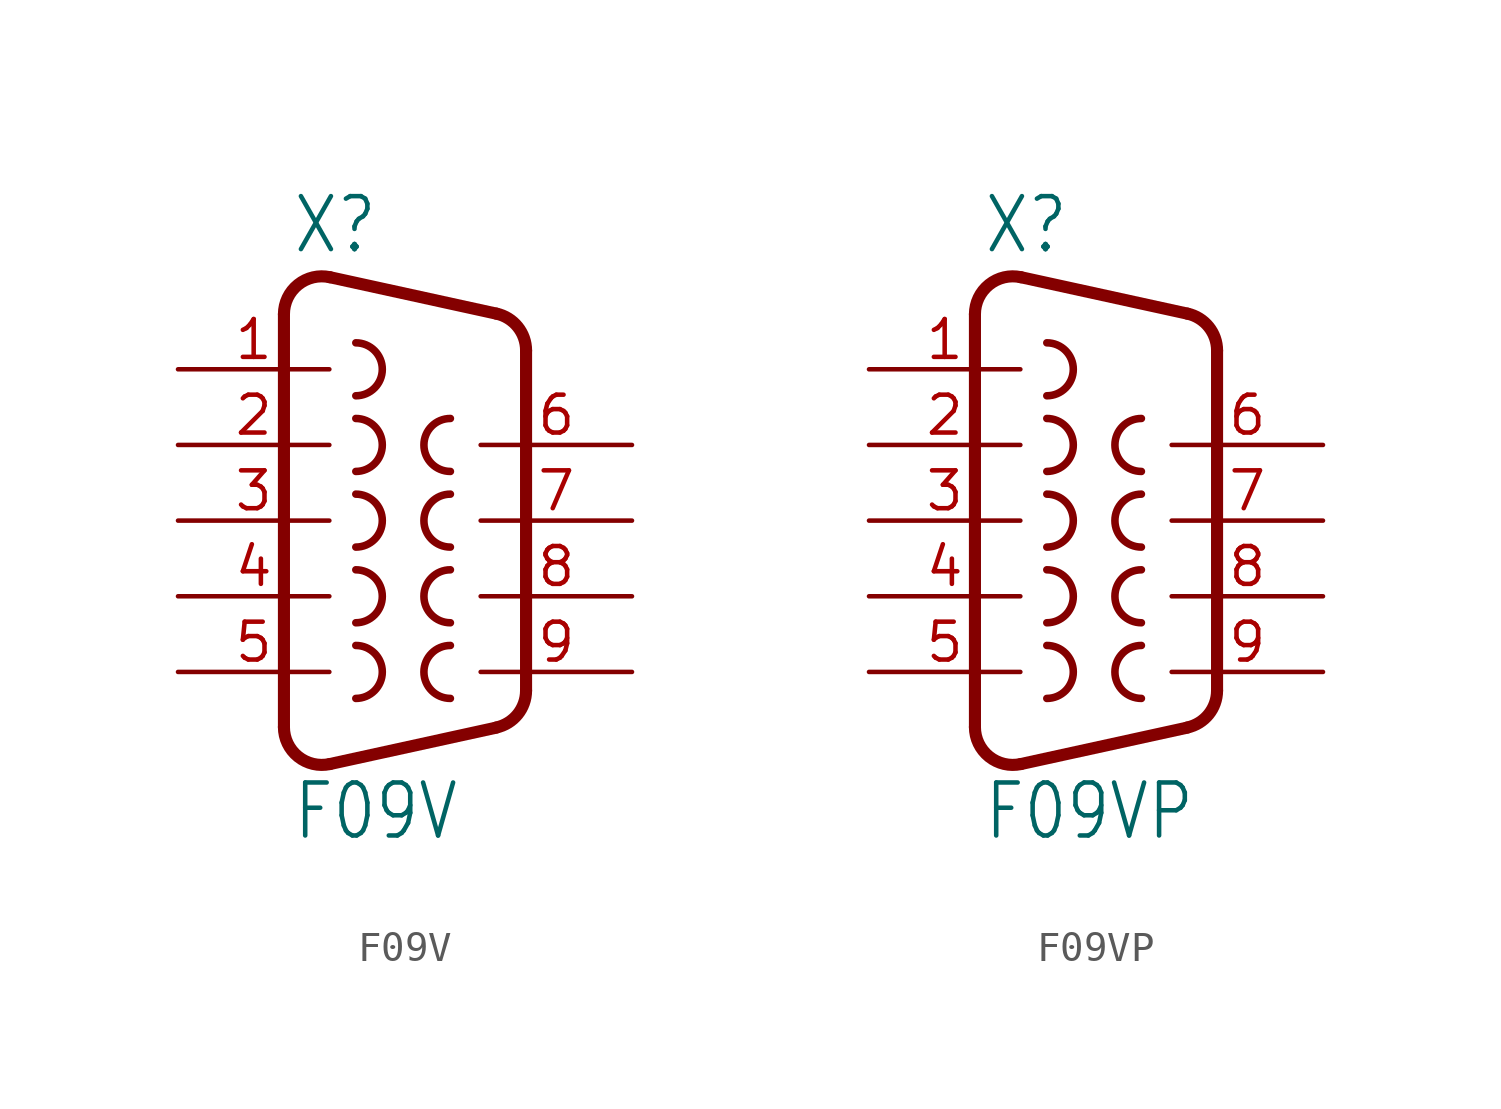
<source format=kicad_sym>
(kicad_symbol_lib
  (version 20211014)
  (generator kicad_symbol_editor)
  (symbol "F09V"
    (property "Reference" "X"
      (at -3.81 8.89 0)
      (effects (font (size 1.778 1.511)) (justify left bottom)))
    (property "Value" "F09V"
      (at -3.81 -10.795 0)
      (effects (font (size 1.778 1.511)) (justify left bottom)))
    (property "ki_locked" ""
      (at 0 0 0)
      (effects (font (size 1.27 1.27))))
    (symbol "F09V_1_0"
      (arc (start -4.064 -6.9312) (mid -3.5903 -7.9205) (end -2.5226 -8.1719) (stroke (width 0.4064) (type default) (color 0 0 0 0)) (fill (type none)))
      (arc (start -2.5226 8.172) (mid -3.5903 7.9205) (end -4.064 6.9312) (stroke (width 0.4064) (type default) (color 0 0 0 0)) (fill (type none)))
      (arc (start -1.651 -5.969) (mid -0.762 -5.08) (end -1.651 -4.191) (stroke (width 0.254) (type default) (color 0 0 0 0)) (fill (type none)))
      (arc (start -1.651 -3.429) (mid -0.762 -2.54) (end -1.651 -1.651) (stroke (width 0.254) (type default) (color 0 0 0 0)) (fill (type none)))
      (arc (start -1.651 -0.889) (mid -0.762 0) (end -1.651 0.889) (stroke (width 0.254) (type default) (color 0 0 0 0)) (fill (type none)))
      (arc (start -1.651 1.651) (mid -0.762 2.54) (end -1.651 3.429) (stroke (width 0.254) (type default) (color 0 0 0 0)) (fill (type none)))
      (arc (start -1.651 4.191) (mid -0.762 5.08) (end -1.651 5.969) (stroke (width 0.254) (type default) (color 0 0 0 0)) (fill (type none)))
      (polyline (pts (xy -4.064 -6.931) (xy -4.064 6.931)) (stroke (width 0.406) (type default) (color 0 0 0 0)) (fill (type none)))
      (polyline (pts (xy -2.523 -8.172) (xy 3.065 -6.949)) (stroke (width 0.406) (type default) (color 0 0 0 0)) (fill (type none)))
      (polyline (pts (xy -2.523 8.172) (xy 3.065 6.949)) (stroke (width 0.406) (type default) (color 0 0 0 0)) (fill (type none)))
      (polyline (pts (xy 4.064 -5.709) (xy 4.064 5.709)) (stroke (width 0.406) (type default) (color 0 0 0 0)) (fill (type none)))
      (arc (start 1.524 -4.191) (mid 0.635 -5.08) (end 1.524 -5.969) (stroke (width 0.254) (type default) (color 0 0 0 0)) (fill (type none)))
      (arc (start 1.524 -1.651) (mid 0.635 -2.54) (end 1.524 -3.429) (stroke (width 0.254) (type default) (color 0 0 0 0)) (fill (type none)))
      (arc (start 1.524 0.889) (mid 0.635 0) (end 1.524 -0.889) (stroke (width 0.254) (type default) (color 0 0 0 0)) (fill (type none)))
      (arc (start 1.524 3.429) (mid 0.635 2.54) (end 1.524 1.651) (stroke (width 0.254) (type default) (color 0 0 0 0)) (fill (type none)))
      (arc (start 3.0654 -6.9494) (mid 3.7833 -6.5051) (end 4.064 -5.7088) (stroke (width 0.4064) (type default) (color 0 0 0 0)) (fill (type none)))
      (arc (start 4.0642 5.7088) (mid 3.7836 6.5053) (end 3.0654 6.9495) (stroke (width 0.4064) (type default) (color 0 0 0 0)) (fill (type none)))
      (pin passive line (at -7.62 5.08 0) (length 5.08) (name "1" (effects (font (size 0 0)))) (number "1" (effects (font (size 1.27 1.27)))))
      (pin passive line (at -7.62 2.54 0) (length 5.08) (name "2" (effects (font (size 0 0)))) (number "2" (effects (font (size 1.27 1.27)))))
      (pin passive line (at -7.62 0 0) (length 5.08) (name "3" (effects (font (size 0 0)))) (number "3" (effects (font (size 1.27 1.27)))))
      (pin passive line (at -7.62 -2.54 0) (length 5.08) (name "4" (effects (font (size 0 0)))) (number "4" (effects (font (size 1.27 1.27)))))
      (pin passive line (at -7.62 -5.08 0) (length 5.08) (name "5" (effects (font (size 0 0)))) (number "5" (effects (font (size 1.27 1.27)))))
      (pin passive line (at 7.62 2.54 180) (length 5.08) (name "6" (effects (font (size 0 0)))) (number "6" (effects (font (size 1.27 1.27)))))
      (pin passive line (at 7.62 0 180) (length 5.08) (name "7" (effects (font (size 0 0)))) (number "7" (effects (font (size 1.27 1.27)))))
      (pin passive line (at 7.62 -2.54 180) (length 5.08) (name "8" (effects (font (size 0 0)))) (number "8" (effects (font (size 1.27 1.27)))))
      (pin passive line (at 7.62 -5.08 180) (length 5.08) (name "9" (effects (font (size 0 0)))) (number "9" (effects (font (size 1.27 1.27)))))))
  (symbol "F09VP"
    (property "Reference" "X"
      (at -3.81 8.89 0)
      (effects (font (size 1.778 1.511)) (justify left bottom)))
    (property "Value" "F09VP"
      (at -3.81 -10.795 0)
      (effects (font (size 1.778 1.511)) (justify left bottom)))
    (property "ki_locked" ""
      (at 0 0 0)
      (effects (font (size 1.27 1.27))))
    (symbol "F09VP_1_0"
      (arc (start -4.064 -6.9312) (mid -3.5903 -7.9205) (end -2.5226 -8.1719) (stroke (width 0.4064) (type default) (color 0 0 0 0)) (fill (type none)))
      (arc (start -2.5226 8.172) (mid -3.5903 7.9205) (end -4.064 6.9312) (stroke (width 0.4064) (type default) (color 0 0 0 0)) (fill (type none)))
      (arc (start -1.651 -5.969) (mid -0.762 -5.08) (end -1.651 -4.191) (stroke (width 0.254) (type default) (color 0 0 0 0)) (fill (type none)))
      (arc (start -1.651 -3.429) (mid -0.762 -2.54) (end -1.651 -1.651) (stroke (width 0.254) (type default) (color 0 0 0 0)) (fill (type none)))
      (arc (start -1.651 -0.889) (mid -0.762 0) (end -1.651 0.889) (stroke (width 0.254) (type default) (color 0 0 0 0)) (fill (type none)))
      (arc (start -1.651 1.651) (mid -0.762 2.54) (end -1.651 3.429) (stroke (width 0.254) (type default) (color 0 0 0 0)) (fill (type none)))
      (arc (start -1.651 4.191) (mid -0.762 5.08) (end -1.651 5.969) (stroke (width 0.254) (type default) (color 0 0 0 0)) (fill (type none)))
      (polyline (pts (xy -4.064 -6.931) (xy -4.064 6.931)) (stroke (width 0.406) (type default) (color 0 0 0 0)) (fill (type none)))
      (polyline (pts (xy -2.523 -8.172) (xy 3.065 -6.949)) (stroke (width 0.406) (type default) (color 0 0 0 0)) (fill (type none)))
      (polyline (pts (xy -2.523 8.172) (xy 3.065 6.949)) (stroke (width 0.406) (type default) (color 0 0 0 0)) (fill (type none)))
      (polyline (pts (xy 4.064 -5.709) (xy 4.064 5.709)) (stroke (width 0.406) (type default) (color 0 0 0 0)) (fill (type none)))
      (arc (start 1.524 -4.191) (mid 0.635 -5.08) (end 1.524 -5.969) (stroke (width 0.254) (type default) (color 0 0 0 0)) (fill (type none)))
      (arc (start 1.524 -1.651) (mid 0.635 -2.54) (end 1.524 -3.429) (stroke (width 0.254) (type default) (color 0 0 0 0)) (fill (type none)))
      (arc (start 1.524 0.889) (mid 0.635 0) (end 1.524 -0.889) (stroke (width 0.254) (type default) (color 0 0 0 0)) (fill (type none)))
      (arc (start 1.524 3.429) (mid 0.635 2.54) (end 1.524 1.651) (stroke (width 0.254) (type default) (color 0 0 0 0)) (fill (type none)))
      (arc (start 3.0654 -6.9494) (mid 3.7833 -6.5051) (end 4.064 -5.7088) (stroke (width 0.4064) (type default) (color 0 0 0 0)) (fill (type none)))
      (arc (start 4.0642 5.7088) (mid 3.7836 6.5053) (end 3.0654 6.9495) (stroke (width 0.4064) (type default) (color 0 0 0 0)) (fill (type none)))
      (pin passive line (at -7.62 5.08 0) (length 5.08) (name "1" (effects (font (size 0 0)))) (number "1" (effects (font (size 1.27 1.27)))))
      (pin passive line (at -7.62 2.54 0) (length 5.08) (name "2" (effects (font (size 0 0)))) (number "2" (effects (font (size 1.27 1.27)))))
      (pin passive line (at -7.62 0 0) (length 5.08) (name "3" (effects (font (size 0 0)))) (number "3" (effects (font (size 1.27 1.27)))))
      (pin passive line (at -7.62 -2.54 0) (length 5.08) (name "4" (effects (font (size 0 0)))) (number "4" (effects (font (size 1.27 1.27)))))
      (pin passive line (at -7.62 -5.08 0) (length 5.08) (name "5" (effects (font (size 0 0)))) (number "5" (effects (font (size 1.27 1.27)))))
      (pin passive line (at 7.62 2.54 180) (length 5.08) (name "6" (effects (font (size 0 0)))) (number "6" (effects (font (size 1.27 1.27)))))
      (pin passive line (at 7.62 0 180) (length 5.08) (name "7" (effects (font (size 0 0)))) (number "7" (effects (font (size 1.27 1.27)))))
      (pin passive line (at 7.62 -2.54 180) (length 5.08) (name "8" (effects (font (size 0 0)))) (number "8" (effects (font (size 1.27 1.27)))))
      (pin passive line (at 7.62 -5.08 180) (length 5.08) (name "9" (effects (font (size 0 0)))) (number "9" (effects (font (size 1.27 1.27))))))))
</source>
